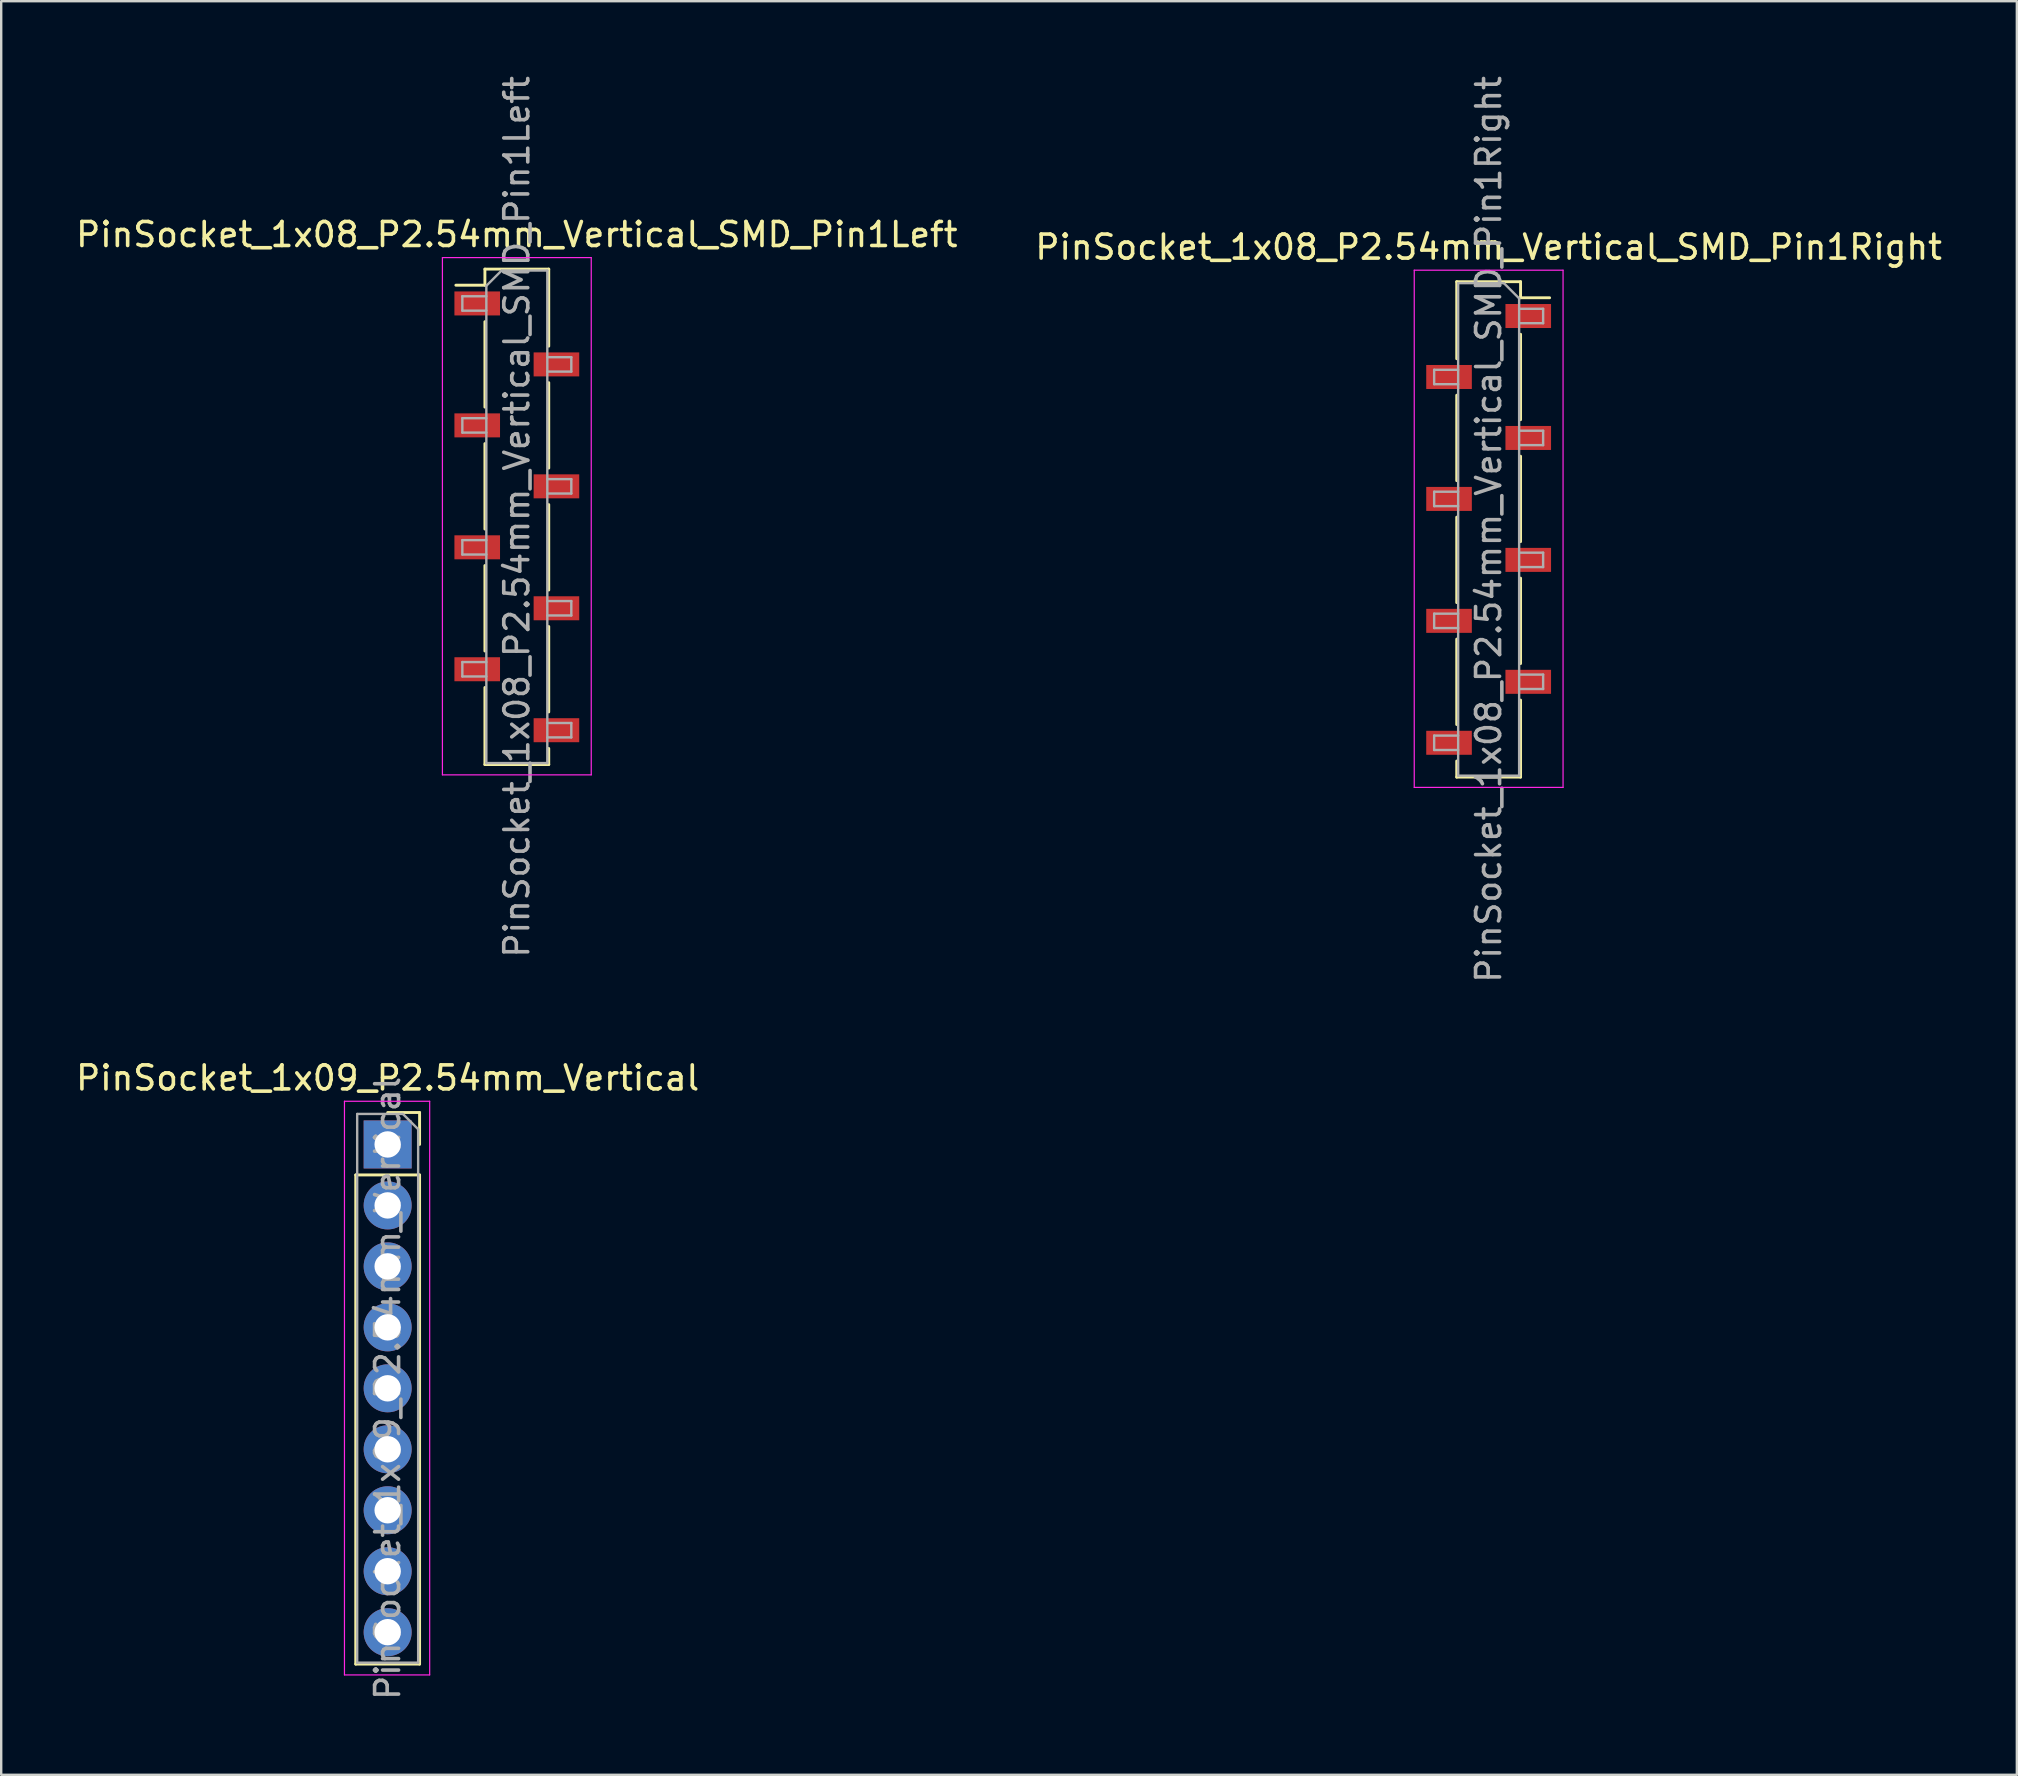
<source format=kicad_pcb>
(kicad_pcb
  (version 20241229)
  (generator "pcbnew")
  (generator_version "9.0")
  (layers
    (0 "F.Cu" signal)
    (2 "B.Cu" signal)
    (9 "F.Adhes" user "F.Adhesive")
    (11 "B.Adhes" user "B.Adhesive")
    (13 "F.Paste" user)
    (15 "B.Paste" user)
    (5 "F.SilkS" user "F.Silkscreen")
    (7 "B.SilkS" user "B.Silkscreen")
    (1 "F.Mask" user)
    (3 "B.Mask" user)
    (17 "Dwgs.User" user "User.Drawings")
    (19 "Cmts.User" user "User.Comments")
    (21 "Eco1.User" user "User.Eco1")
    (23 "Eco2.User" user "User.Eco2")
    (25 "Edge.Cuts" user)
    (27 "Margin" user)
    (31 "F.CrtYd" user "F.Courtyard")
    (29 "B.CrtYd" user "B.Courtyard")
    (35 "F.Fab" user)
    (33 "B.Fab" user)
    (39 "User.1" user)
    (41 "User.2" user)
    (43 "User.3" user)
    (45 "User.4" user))
  (footprint "PinSocket_1x08_P2.54mm_Vertical_SMD_Pin1Left"
    (layer "F.Cu")
    (at 18.482 18.482)
    (property "Reference" "PinSocket_1x08_P2.54mm_Vertical_SMD_Pin1Left" (at 0 -11.76 0) (layer "F.SilkS") (effects (font (size 1 1) (thickness 0.15))))
    (attr smd)
    (fp_line (start -2.54 -9.65) (end -1.33 -9.65) (stroke (width 0.12) (type solid)) (layer "F.SilkS"))
    (fp_line (start -1.33 -10.32) (end -1.33 -9.65) (stroke (width 0.12) (type solid)) (layer "F.SilkS"))
    (fp_line (start -1.33 -10.32) (end 1.33 -10.32) (stroke (width 0.12) (type solid)) (layer "F.SilkS"))
    (fp_line (start -1.33 -8.13) (end -1.33 -4.57) (stroke (width 0.12) (type solid)) (layer "F.SilkS"))
    (fp_line (start -1.33 -3.05) (end -1.33 0.51) (stroke (width 0.12) (type solid)) (layer "F.SilkS"))
    (fp_line (start -1.33 2.03) (end -1.33 5.59) (stroke (width 0.12) (type solid)) (layer "F.SilkS"))
    (fp_line (start -1.33 7.11) (end -1.33 10.32) (stroke (width 0.12) (type solid)) (layer "F.SilkS"))
    (fp_line (start -1.33 10.32) (end 1.33 10.32) (stroke (width 0.12) (type solid)) (layer "F.SilkS"))
    (fp_line (start 1.33 -10.32) (end 1.33 -7.11) (stroke (width 0.12) (type solid)) (layer "F.SilkS"))
    (fp_line (start 1.33 -5.59) (end 1.33 -2.03) (stroke (width 0.12) (type solid)) (layer "F.SilkS"))
    (fp_line (start 1.33 -0.51) (end 1.33 3.05) (stroke (width 0.12) (type solid)) (layer "F.SilkS"))
    (fp_line (start 1.33 4.57) (end 1.33 8.13) (stroke (width 0.12) (type solid)) (layer "F.SilkS"))
    (fp_line (start 1.33 9.65) (end 1.33 10.32) (stroke (width 0.12) (type solid)) (layer "F.SilkS"))
    (fp_line (start -3.1 -10.8) (end 3.1 -10.8) (stroke (width 0.05) (type solid)) (layer "F.CrtYd"))
    (fp_line (start -3.1 10.75) (end -3.1 -10.8) (stroke (width 0.05) (type solid)) (layer "F.CrtYd"))
    (fp_line (start 3.1 -10.8) (end 3.1 10.75) (stroke (width 0.05) (type solid)) (layer "F.CrtYd"))
    (fp_line (start 3.1 10.75) (end -3.1 10.75) (stroke (width 0.05) (type solid)) (layer "F.CrtYd"))
    (fp_line (start -2.27 -9.19) (end -1.27 -9.19) (stroke (width 0.1) (type solid)) (layer "F.Fab"))
    (fp_line (start -2.27 -8.59) (end -2.27 -9.19) (stroke (width 0.1) (type solid)) (layer "F.Fab"))
    (fp_line (start -2.27 -4.11) (end -1.27 -4.11) (stroke (width 0.1) (type solid)) (layer "F.Fab"))
    (fp_line (start -2.27 -3.51) (end -2.27 -4.11) (stroke (width 0.1) (type solid)) (layer "F.Fab"))
    (fp_line (start -2.27 0.97) (end -1.27 0.97) (stroke (width 0.1) (type solid)) (layer "F.Fab"))
    (fp_line (start -2.27 1.57) (end -2.27 0.97) (stroke (width 0.1) (type solid)) (layer "F.Fab"))
    (fp_line (start -2.27 6.05) (end -1.27 6.05) (stroke (width 0.1) (type solid)) (layer "F.Fab"))
    (fp_line (start -2.27 6.65) (end -2.27 6.05) (stroke (width 0.1) (type solid)) (layer "F.Fab"))
    (fp_line (start -1.27 -9.625) (end -0.635 -10.26) (stroke (width 0.1) (type solid)) (layer "F.Fab"))
    (fp_line (start -1.27 -8.59) (end -2.27 -8.59) (stroke (width 0.1) (type solid)) (layer "F.Fab"))
    (fp_line (start -1.27 -3.51) (end -2.27 -3.51) (stroke (width 0.1) (type solid)) (layer "F.Fab"))
    (fp_line (start -1.27 1.57) (end -2.27 1.57) (stroke (width 0.1) (type solid)) (layer "F.Fab"))
    (fp_line (start -1.27 6.65) (end -2.27 6.65) (stroke (width 0.1) (type solid)) (layer "F.Fab"))
    (fp_line (start -1.27 10.26) (end -1.27 -9.625) (stroke (width 0.1) (type solid)) (layer "F.Fab"))
    (fp_line (start -0.635 -10.26) (end 1.27 -10.26) (stroke (width 0.1) (type solid)) (layer "F.Fab"))
    (fp_line (start 1.27 -10.26) (end 1.27 10.26) (stroke (width 0.1) (type solid)) (layer "F.Fab"))
    (fp_line (start 1.27 -6.65) (end 2.27 -6.65) (stroke (width 0.1) (type solid)) (layer "F.Fab"))
    (fp_line (start 1.27 -1.57) (end 2.27 -1.57) (stroke (width 0.1) (type solid)) (layer "F.Fab"))
    (fp_line (start 1.27 3.51) (end 2.27 3.51) (stroke (width 0.1) (type solid)) (layer "F.Fab"))
    (fp_line (start 1.27 8.59) (end 2.27 8.59) (stroke (width 0.1) (type solid)) (layer "F.Fab"))
    (fp_line (start 1.27 10.26) (end -1.27 10.26) (stroke (width 0.1) (type solid)) (layer "F.Fab"))
    (fp_line (start 2.27 -6.65) (end 2.27 -6.05) (stroke (width 0.1) (type solid)) (layer "F.Fab"))
    (fp_line (start 2.27 -6.05) (end 1.27 -6.05) (stroke (width 0.1) (type solid)) (layer "F.Fab"))
    (fp_line (start 2.27 -1.57) (end 2.27 -0.97) (stroke (width 0.1) (type solid)) (layer "F.Fab"))
    (fp_line (start 2.27 -0.97) (end 1.27 -0.97) (stroke (width 0.1) (type solid)) (layer "F.Fab"))
    (fp_line (start 2.27 3.51) (end 2.27 4.11) (stroke (width 0.1) (type solid)) (layer "F.Fab"))
    (fp_line (start 2.27 4.11) (end 1.27 4.11) (stroke (width 0.1) (type solid)) (layer "F.Fab"))
    (fp_line (start 2.27 8.59) (end 2.27 9.19) (stroke (width 0.1) (type solid)) (layer "F.Fab"))
    (fp_line (start 2.27 9.19) (end 1.27 9.19) (stroke (width 0.1) (type solid)) (layer "F.Fab"))
    (fp_text user "${REFERENCE}" (at 0 0 90) (layer "F.Fab") (effects (font (size 1 1) (thickness 0.15))))
    (pad "1" smd rect (at -1.65 -8.89) (size 1.9 1) (layers "F.Cu" "F.Mask" "F.Paste"))
    (pad "2" smd rect (at 1.65 -6.35) (size 1.9 1) (layers "F.Cu" "F.Mask" "F.Paste"))
    (pad "3" smd rect (at -1.65 -3.81) (size 1.9 1) (layers "F.Cu" "F.Mask" "F.Paste"))
    (pad "4" smd rect (at 1.65 -1.27) (size 1.9 1) (layers "F.Cu" "F.Mask" "F.Paste"))
    (pad "5" smd rect (at -1.65 1.27) (size 1.9 1) (layers "F.Cu" "F.Mask" "F.Paste"))
    (pad "6" smd rect (at 1.65 3.81) (size 1.9 1) (layers "F.Cu" "F.Mask" "F.Paste"))
    (pad "7" smd rect (at -1.65 6.35) (size 1.9 1) (layers "F.Cu" "F.Mask" "F.Paste"))
    (pad "8" smd rect (at 1.65 8.89) (size 1.9 1) (layers "F.Cu" "F.Mask" "F.Paste")))
  (footprint "PinSocket_1x09_P2.54mm_Vertical"
    (layer "F.Cu")
    (at 13.101 44.63)
    (property "Reference" "PinSocket_1x09_P2.54mm_Vertical" (at 0 -2.77 0) (layer "F.SilkS") (effects (font (size 1 1) (thickness 0.15))))
    (attr through_hole)
    (fp_line (start -1.33 1.27) (end -1.33 21.65) (stroke (width 0.12) (type solid)) (layer "F.SilkS"))
    (fp_line (start -1.33 1.27) (end 1.33 1.27) (stroke (width 0.12) (type solid)) (layer "F.SilkS"))
    (fp_line (start -1.33 21.65) (end 1.33 21.65) (stroke (width 0.12) (type solid)) (layer "F.SilkS"))
    (fp_line (start 0 -1.33) (end 1.33 -1.33) (stroke (width 0.12) (type solid)) (layer "F.SilkS"))
    (fp_line (start 1.33 -1.33) (end 1.33 0) (stroke (width 0.12) (type solid)) (layer "F.SilkS"))
    (fp_line (start 1.33 1.27) (end 1.33 21.65) (stroke (width 0.12) (type solid)) (layer "F.SilkS"))
    (fp_line (start -1.8 -1.8) (end 1.75 -1.8) (stroke (width 0.05) (type solid)) (layer "F.CrtYd"))
    (fp_line (start -1.8 22.1) (end -1.8 -1.8) (stroke (width 0.05) (type solid)) (layer "F.CrtYd"))
    (fp_line (start 1.75 -1.8) (end 1.75 22.1) (stroke (width 0.05) (type solid)) (layer "F.CrtYd"))
    (fp_line (start 1.75 22.1) (end -1.8 22.1) (stroke (width 0.05) (type solid)) (layer "F.CrtYd"))
    (fp_line (start -1.27 -1.27) (end 0.635 -1.27) (stroke (width 0.1) (type solid)) (layer "F.Fab"))
    (fp_line (start -1.27 21.59) (end -1.27 -1.27) (stroke (width 0.1) (type solid)) (layer "F.Fab"))
    (fp_line (start 0.635 -1.27) (end 1.27 -0.635) (stroke (width 0.1) (type solid)) (layer "F.Fab"))
    (fp_line (start 1.27 -0.635) (end 1.27 21.59) (stroke (width 0.1) (type solid)) (layer "F.Fab"))
    (fp_line (start 1.27 21.59) (end -1.27 21.59) (stroke (width 0.1) (type solid)) (layer "F.Fab"))
    (fp_text user "${REFERENCE}" (at 0 10.16 90) (layer "F.Fab") (effects (font (size 1 1) (thickness 0.15))))
    (pad "1" thru_hole rect (at 0 0) (size 2 2) (drill 1.1) (layers "*.Cu" "*.Mask"))
    (pad "2" thru_hole oval (at 0 2.54) (size 2 2) (drill 1.1) (layers "*.Cu" "*.Mask"))
    (pad "3" thru_hole oval (at 0 5.08) (size 2 2) (drill 1.1) (layers "*.Cu" "*.Mask"))
    (pad "4" thru_hole oval (at 0 7.62) (size 2 2) (drill 1.1) (layers "*.Cu" "*.Mask"))
    (pad "5" thru_hole oval (at 0 10.16) (size 2 2) (drill 1.1) (layers "*.Cu" "*.Mask"))
    (pad "6" thru_hole oval (at 0 12.7) (size 2 2) (drill 1.1) (layers "*.Cu" "*.Mask"))
    (pad "7" thru_hole oval (at 0 15.24) (size 2 2) (drill 1.1) (layers "*.Cu" "*.Mask"))
    (pad "8" thru_hole oval (at 0 17.78) (size 2 2) (drill 1.1) (layers "*.Cu" "*.Mask"))
    (pad "9" thru_hole oval (at 0 20.32) (size 2 2) (drill 1.1) (layers "*.Cu" "*.Mask")))
  (footprint "PinSocket_1x08_P2.54mm_Vertical_SMD_Pin1Right"
    (layer "F.Cu")
    (at 58.97 19.006)
    (property "Reference" "PinSocket_1x08_P2.54mm_Vertical_SMD_Pin1Right" (at 0 -11.76 0) (layer "F.SilkS") (effects (font (size 1 1) (thickness 0.15))))
    (attr smd)
    (fp_line (start -1.33 -10.32) (end -1.33 -7.11) (stroke (width 0.12) (type solid)) (layer "F.SilkS"))
    (fp_line (start -1.33 -10.32) (end 1.33 -10.32) (stroke (width 0.12) (type solid)) (layer "F.SilkS"))
    (fp_line (start -1.33 -5.59) (end -1.33 -2.03) (stroke (width 0.12) (type solid)) (layer "F.SilkS"))
    (fp_line (start -1.33 -0.51) (end -1.33 3.05) (stroke (width 0.12) (type solid)) (layer "F.SilkS"))
    (fp_line (start -1.33 4.57) (end -1.33 8.13) (stroke (width 0.12) (type solid)) (layer "F.SilkS"))
    (fp_line (start -1.33 9.65) (end -1.33 10.32) (stroke (width 0.12) (type solid)) (layer "F.SilkS"))
    (fp_line (start -1.33 10.32) (end 1.33 10.32) (stroke (width 0.12) (type solid)) (layer "F.SilkS"))
    (fp_line (start 1.33 -10.32) (end 1.33 -9.65) (stroke (width 0.12) (type solid)) (layer "F.SilkS"))
    (fp_line (start 1.33 -9.65) (end 2.54 -9.65) (stroke (width 0.12) (type solid)) (layer "F.SilkS"))
    (fp_line (start 1.33 -8.13) (end 1.33 -4.57) (stroke (width 0.12) (type solid)) (layer "F.SilkS"))
    (fp_line (start 1.33 -3.05) (end 1.33 0.51) (stroke (width 0.12) (type solid)) (layer "F.SilkS"))
    (fp_line (start 1.33 2.03) (end 1.33 5.59) (stroke (width 0.12) (type solid)) (layer "F.SilkS"))
    (fp_line (start 1.33 7.11) (end 1.33 10.32) (stroke (width 0.12) (type solid)) (layer "F.SilkS"))
    (fp_line (start -3.1 -10.8) (end 3.1 -10.8) (stroke (width 0.05) (type solid)) (layer "F.CrtYd"))
    (fp_line (start -3.1 10.75) (end -3.1 -10.8) (stroke (width 0.05) (type solid)) (layer "F.CrtYd"))
    (fp_line (start 3.1 -10.8) (end 3.1 10.75) (stroke (width 0.05) (type solid)) (layer "F.CrtYd"))
    (fp_line (start 3.1 10.75) (end -3.1 10.75) (stroke (width 0.05) (type solid)) (layer "F.CrtYd"))
    (fp_line (start -2.27 -6.65) (end -1.27 -6.65) (stroke (width 0.1) (type solid)) (layer "F.Fab"))
    (fp_line (start -2.27 -6.05) (end -2.27 -6.65) (stroke (width 0.1) (type solid)) (layer "F.Fab"))
    (fp_line (start -2.27 -1.57) (end -1.27 -1.57) (stroke (width 0.1) (type solid)) (layer "F.Fab"))
    (fp_line (start -2.27 -0.97) (end -2.27 -1.57) (stroke (width 0.1) (type solid)) (layer "F.Fab"))
    (fp_line (start -2.27 3.51) (end -1.27 3.51) (stroke (width 0.1) (type solid)) (layer "F.Fab"))
    (fp_line (start -2.27 4.11) (end -2.27 3.51) (stroke (width 0.1) (type solid)) (layer "F.Fab"))
    (fp_line (start -2.27 8.59) (end -1.27 8.59) (stroke (width 0.1) (type solid)) (layer "F.Fab"))
    (fp_line (start -2.27 9.19) (end -2.27 8.59) (stroke (width 0.1) (type solid)) (layer "F.Fab"))
    (fp_line (start -1.27 -10.26) (end 0.635 -10.26) (stroke (width 0.1) (type solid)) (layer "F.Fab"))
    (fp_line (start -1.27 -6.05) (end -2.27 -6.05) (stroke (width 0.1) (type solid)) (layer "F.Fab"))
    (fp_line (start -1.27 -0.97) (end -2.27 -0.97) (stroke (width 0.1) (type solid)) (layer "F.Fab"))
    (fp_line (start -1.27 4.11) (end -2.27 4.11) (stroke (width 0.1) (type solid)) (layer "F.Fab"))
    (fp_line (start -1.27 9.19) (end -2.27 9.19) (stroke (width 0.1) (type solid)) (layer "F.Fab"))
    (fp_line (start -1.27 10.26) (end -1.27 -10.26) (stroke (width 0.1) (type solid)) (layer "F.Fab"))
    (fp_line (start 0.635 -10.26) (end 1.27 -9.625) (stroke (width 0.1) (type solid)) (layer "F.Fab"))
    (fp_line (start 1.27 -9.625) (end 1.27 10.26) (stroke (width 0.1) (type solid)) (layer "F.Fab"))
    (fp_line (start 1.27 -9.19) (end 2.27 -9.19) (stroke (width 0.1) (type solid)) (layer "F.Fab"))
    (fp_line (start 1.27 -4.11) (end 2.27 -4.11) (stroke (width 0.1) (type solid)) (layer "F.Fab"))
    (fp_line (start 1.27 0.97) (end 2.27 0.97) (stroke (width 0.1) (type solid)) (layer "F.Fab"))
    (fp_line (start 1.27 6.05) (end 2.27 6.05) (stroke (width 0.1) (type solid)) (layer "F.Fab"))
    (fp_line (start 1.27 10.26) (end -1.27 10.26) (stroke (width 0.1) (type solid)) (layer "F.Fab"))
    (fp_line (start 2.27 -9.19) (end 2.27 -8.59) (stroke (width 0.1) (type solid)) (layer "F.Fab"))
    (fp_line (start 2.27 -8.59) (end 1.27 -8.59) (stroke (width 0.1) (type solid)) (layer "F.Fab"))
    (fp_line (start 2.27 -4.11) (end 2.27 -3.51) (stroke (width 0.1) (type solid)) (layer "F.Fab"))
    (fp_line (start 2.27 -3.51) (end 1.27 -3.51) (stroke (width 0.1) (type solid)) (layer "F.Fab"))
    (fp_line (start 2.27 0.97) (end 2.27 1.57) (stroke (width 0.1) (type solid)) (layer "F.Fab"))
    (fp_line (start 2.27 1.57) (end 1.27 1.57) (stroke (width 0.1) (type solid)) (layer "F.Fab"))
    (fp_line (start 2.27 6.05) (end 2.27 6.65) (stroke (width 0.1) (type solid)) (layer "F.Fab"))
    (fp_line (start 2.27 6.65) (end 1.27 6.65) (stroke (width 0.1) (type solid)) (layer "F.Fab"))
    (fp_text user "${REFERENCE}" (at 0 0 90) (layer "F.Fab") (effects (font (size 1 1) (thickness 0.15))))
    (pad "1" smd rect (at 1.65 -8.89) (size 1.9 1) (layers "F.Cu" "F.Mask" "F.Paste"))
    (pad "2" smd rect (at -1.65 -6.35) (size 1.9 1) (layers "F.Cu" "F.Mask" "F.Paste"))
    (pad "3" smd rect (at 1.65 -3.81) (size 1.9 1) (layers "F.Cu" "F.Mask" "F.Paste"))
    (pad "4" smd rect (at -1.65 -1.27) (size 1.9 1) (layers "F.Cu" "F.Mask" "F.Paste"))
    (pad "5" smd rect (at 1.65 1.27) (size 1.9 1) (layers "F.Cu" "F.Mask" "F.Paste"))
    (pad "6" smd rect (at -1.65 3.81) (size 1.9 1) (layers "F.Cu" "F.Mask" "F.Paste"))
    (pad "7" smd rect (at 1.65 6.35) (size 1.9 1) (layers "F.Cu" "F.Mask" "F.Paste"))
    (pad "8" smd rect (at -1.65 8.89) (size 1.9 1) (layers "F.Cu" "F.Mask" "F.Paste")))
  (gr_rect
    (start -3 -3)
    (end 80.976 70.891)
    (stroke (width 0.1) (type default))
    (fill no)
    (layer "Edge.Cuts")))
</source>
